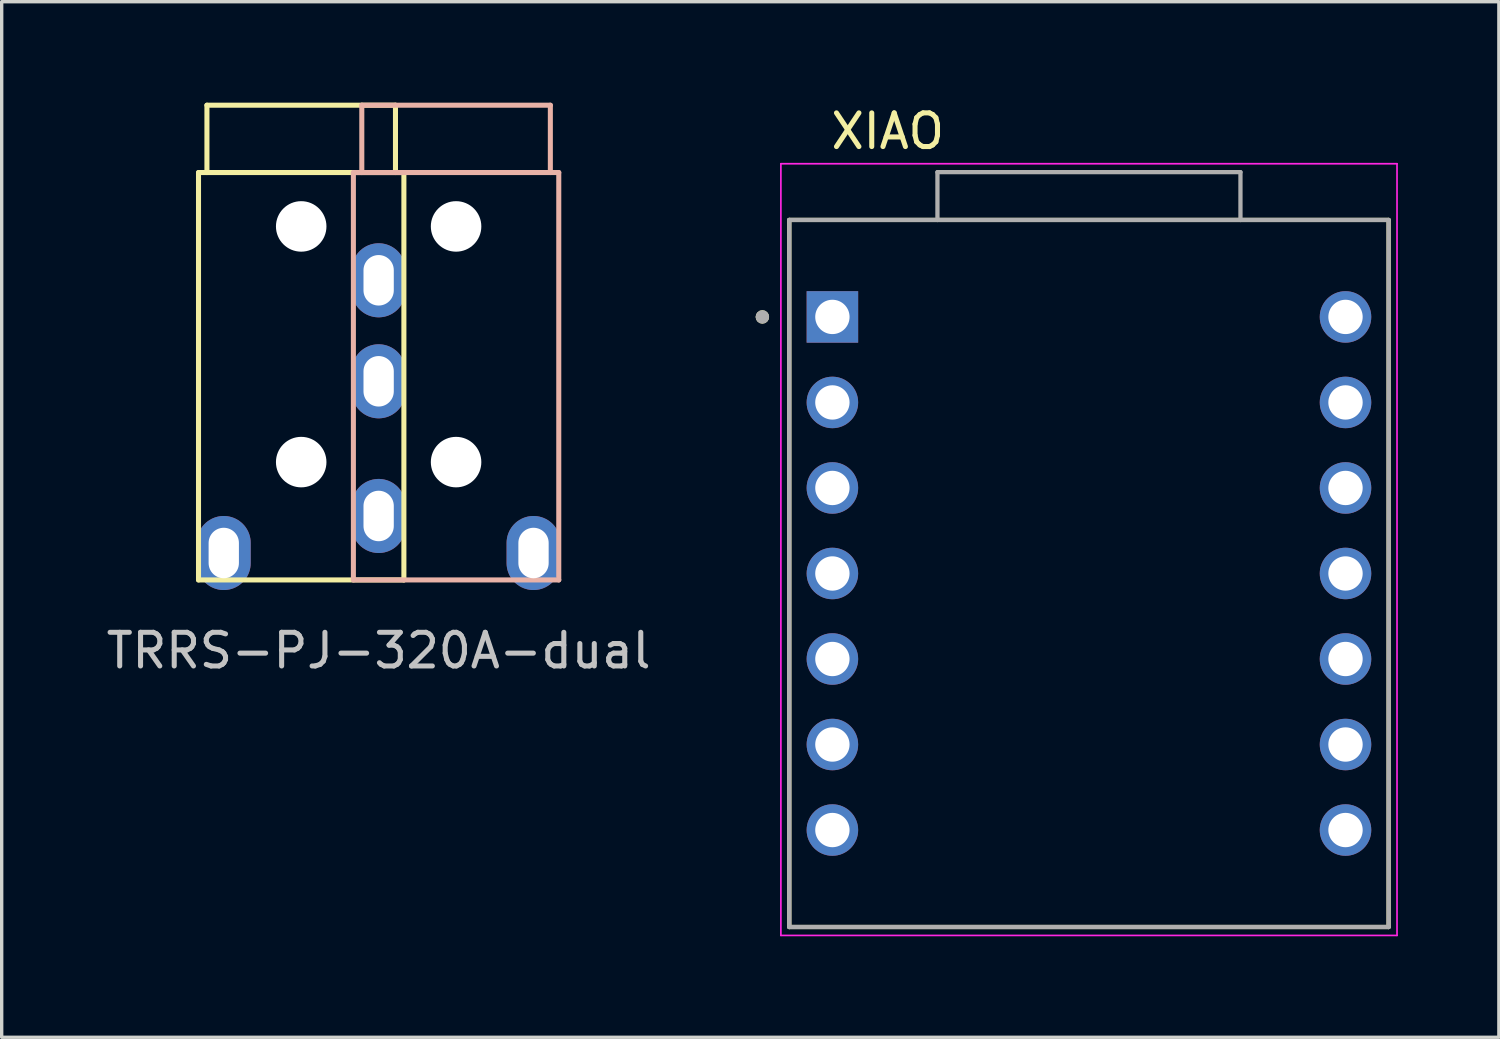
<source format=kicad_pcb>
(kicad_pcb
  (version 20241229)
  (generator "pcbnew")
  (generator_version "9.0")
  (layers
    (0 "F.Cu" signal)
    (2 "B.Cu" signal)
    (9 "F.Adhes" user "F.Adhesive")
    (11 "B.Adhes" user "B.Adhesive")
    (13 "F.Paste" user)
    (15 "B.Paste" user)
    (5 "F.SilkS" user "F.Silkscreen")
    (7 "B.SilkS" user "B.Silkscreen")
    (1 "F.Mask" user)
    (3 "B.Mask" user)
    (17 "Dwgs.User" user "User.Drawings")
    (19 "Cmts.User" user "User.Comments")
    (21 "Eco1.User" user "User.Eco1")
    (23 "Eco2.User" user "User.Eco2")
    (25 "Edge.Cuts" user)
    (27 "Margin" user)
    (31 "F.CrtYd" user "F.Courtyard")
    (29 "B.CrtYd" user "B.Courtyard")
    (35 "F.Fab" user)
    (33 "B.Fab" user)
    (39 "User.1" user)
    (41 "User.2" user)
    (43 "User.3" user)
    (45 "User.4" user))
  (footprint "XIAO"
    (layer "F.Cu")
    (at 29.293 13.983)
    (property "Reference" "XIAO" (at -5.975 -13.135 0) (layer "F.SilkS") (effects (font (size 1 1) (thickness 0.15))))
    (attr through_hole)
    (fp_line (start -8.9 -10.5) (end -8.9 10.5) (stroke (width 0.127) (type solid)) (layer "F.SilkS"))
    (fp_line (start -8.9 10.5) (end 8.9 10.5) (stroke (width 0.127) (type solid)) (layer "F.SilkS"))
    (fp_line (start 8.9 -10.5) (end -8.9 -10.5) (stroke (width 0.127) (type solid)) (layer "F.SilkS"))
    (fp_line (start 8.9 10.5) (end 8.9 -10.5) (stroke (width 0.127) (type solid)) (layer "F.SilkS"))
    (fp_circle (center -9.7 -7.62) (end -9.6 -7.62) (stroke (width 0.2) (type solid)) (fill no) (layer "F.SilkS"))
    (fp_line (start -9.15 -12.17) (end 9.15 -12.17) (stroke (width 0.05) (type solid)) (layer "F.CrtYd"))
    (fp_line (start -9.15 10.75) (end -9.15 -12.17) (stroke (width 0.05) (type solid)) (layer "F.CrtYd"))
    (fp_line (start 9.15 -12.17) (end 9.15 10.75) (stroke (width 0.05) (type solid)) (layer "F.CrtYd"))
    (fp_line (start 9.15 10.75) (end -9.15 10.75) (stroke (width 0.05) (type solid)) (layer "F.CrtYd"))
    (fp_line (start -8.9 -10.5) (end -8.9 10.5) (stroke (width 0.127) (type solid)) (layer "F.Fab"))
    (fp_line (start -8.9 10.5) (end 8.9 10.5) (stroke (width 0.127) (type solid)) (layer "F.Fab"))
    (fp_line (start -4.5 -11.92) (end 4.5 -11.92) (stroke (width 0.127) (type solid)) (layer "F.Fab"))
    (fp_line (start -4.5 -10.5) (end -8.9 -10.5) (stroke (width 0.127) (type solid)) (layer "F.Fab"))
    (fp_line (start -4.5 -10.5) (end -4.5 -11.92) (stroke (width 0.127) (type solid)) (layer "F.Fab"))
    (fp_line (start 4.5 -11.92) (end 4.5 -10.5) (stroke (width 0.127) (type solid)) (layer "F.Fab"))
    (fp_line (start 4.5 -10.5) (end -4.5 -10.5) (stroke (width 0.127) (type solid)) (layer "F.Fab"))
    (fp_line (start 8.9 -10.5) (end 4.5 -10.5) (stroke (width 0.127) (type solid)) (layer "F.Fab"))
    (fp_line (start 8.9 -10.5) (end 8.9 10.5) (stroke (width 0.127) (type solid)) (layer "F.Fab"))
    (fp_circle (center -9.7 -7.62) (end -9.6 -7.62) (stroke (width 0.2) (type solid)) (fill no) (layer "F.Fab"))
    (pad "1" thru_hole rect (at -7.62 -7.62) (size 1.53 1.53) (drill 1.02) (layers "*.Cu" "*.Mask"))
    (pad "2" thru_hole circle (at -7.62 -5.08) (size 1.53 1.53) (drill 1.02) (layers "*.Cu" "*.Mask"))
    (pad "3" thru_hole circle (at -7.62 -2.54) (size 1.53 1.53) (drill 1.02) (layers "*.Cu" "*.Mask"))
    (pad "4" thru_hole circle (at -7.62 0) (size 1.53 1.53) (drill 1.02) (layers "*.Cu" "*.Mask"))
    (pad "5" thru_hole circle (at -7.62 2.54) (size 1.53 1.53) (drill 1.02) (layers "*.Cu" "*.Mask"))
    (pad "6" thru_hole circle (at -7.62 5.08) (size 1.53 1.53) (drill 1.02) (layers "*.Cu" "*.Mask"))
    (pad "7" thru_hole circle (at -7.62 7.62) (size 1.53 1.53) (drill 1.02) (layers "*.Cu" "*.Mask"))
    (pad "8" thru_hole circle (at 7.62 7.62) (size 1.53 1.53) (drill 1.02) (layers "*.Cu" "*.Mask"))
    (pad "9" thru_hole circle (at 7.62 5.08) (size 1.53 1.53) (drill 1.02) (layers "*.Cu" "*.Mask"))
    (pad "10" thru_hole circle (at 7.62 2.54) (size 1.53 1.53) (drill 1.02) (layers "*.Cu" "*.Mask"))
    (pad "11" thru_hole circle (at 7.62 0) (size 1.53 1.53) (drill 1.02) (layers "*.Cu" "*.Mask"))
    (pad "12" thru_hole circle (at 7.62 -2.54) (size 1.53 1.53) (drill 1.02) (layers "*.Cu" "*.Mask"))
    (pad "13" thru_hole circle (at 7.62 -5.08) (size 1.53 1.53) (drill 1.02) (layers "*.Cu" "*.Mask"))
    (pad "14" thru_hole circle (at 7.62 -7.62) (size 1.53 1.53) (drill 1.02) (layers "*.Cu" "*.Mask")))
  (footprint "TRRS-PJ-320A-dual"
    (layer "F.Cu")
    (at 8.196 2.075)
    (property "Reference" "TRRS-PJ-320A-dual" (at 0 14.2 0) (layer "Dwgs.User") (effects (font (size 1 1) (thickness 0.15))))
    (attr through_hole)
    (fp_line (start -5.35 0) (end -5.35 12.1) (stroke (width 0.15) (type solid)) (layer "F.SilkS"))
    (fp_line (start -5.1 0) (end -5.1 -2) (stroke (width 0.15) (type solid)) (layer "F.SilkS"))
    (fp_line (start 0.5 -2) (end -5.1 -2) (stroke (width 0.15) (type solid)) (layer "F.SilkS"))
    (fp_line (start 0.5 0) (end 0.5 -2) (stroke (width 0.15) (type solid)) (layer "F.SilkS"))
    (fp_line (start 0.75 0) (end -5.35 0) (stroke (width 0.15) (type solid)) (layer "F.SilkS"))
    (fp_line (start 0.75 0) (end 0.75 12.1) (stroke (width 0.15) (type solid)) (layer "F.SilkS"))
    (fp_line (start 0.75 12.1) (end -5.35 12.1) (stroke (width 0.15) (type solid)) (layer "F.SilkS"))
    (fp_line (start -0.75 0) (end -0.75 12.1) (stroke (width 0.15) (type solid)) (layer "B.SilkS"))
    (fp_line (start -0.75 0) (end 5.35 0) (stroke (width 0.15) (type solid)) (layer "B.SilkS"))
    (fp_line (start -0.75 12.1) (end 5.35 12.1) (stroke (width 0.15) (type solid)) (layer "B.SilkS"))
    (fp_line (start -0.5 -2) (end 5.1 -2) (stroke (width 0.15) (type solid)) (layer "B.SilkS"))
    (fp_line (start -0.5 0) (end -0.5 -2) (stroke (width 0.15) (type solid)) (layer "B.SilkS"))
    (fp_line (start 5.1 0) (end 5.1 -2) (stroke (width 0.15) (type solid)) (layer "B.SilkS"))
    (fp_line (start 5.35 0) (end 5.35 12.1) (stroke (width 0.15) (type solid)) (layer "B.SilkS"))
    (pad "" np_thru_hole circle (at -2.3 1.6) (size 1.5 1.5) (drill 1.5) (layers "*.Cu" "*.Mask"))
    (pad "" np_thru_hole circle (at -2.3 8.6) (size 1.5 1.5) (drill 1.5) (layers "*.Cu" "*.Mask"))
    (pad "" np_thru_hole circle (at 2.3 1.6) (size 1.5 1.5) (drill 1.5) (layers "*.Cu" "*.Mask"))
    (pad "" np_thru_hole circle (at 2.3 8.6) (size 1.5 1.5) (drill 1.5) (layers "*.Cu" "*.Mask"))
    (pad "1" thru_hole oval (at -4.6 11.3) (size 1.6 2.2) (drill oval 0.9 1.5) (layers "*.Cu" "*.Mask"))
    (pad "1" thru_hole oval (at 4.6 11.3) (size 1.6 2.2) (drill oval 0.9 1.5) (layers "*.Cu" "*.Mask"))
    (pad "2" thru_hole oval (at 0 10.2) (size 1.6 2.2) (drill oval 0.9 1.5) (layers "*.Cu" "*.Mask"))
    (pad "3" thru_hole oval (at 0 6.2) (size 1.6 2.2) (drill oval 0.9 1.5) (layers "*.Cu" "*.Mask"))
    (pad "4" thru_hole oval (at 0 3.2) (size 1.6 2.2) (drill oval 0.9 1.5) (layers "*.Cu" "*.Mask")))
  (gr_rect
    (start -3 -3)
    (end 41.468 27.758)
    (stroke (width 0.1) (type default))
    (fill no)
    (layer "Edge.Cuts")))
</source>
